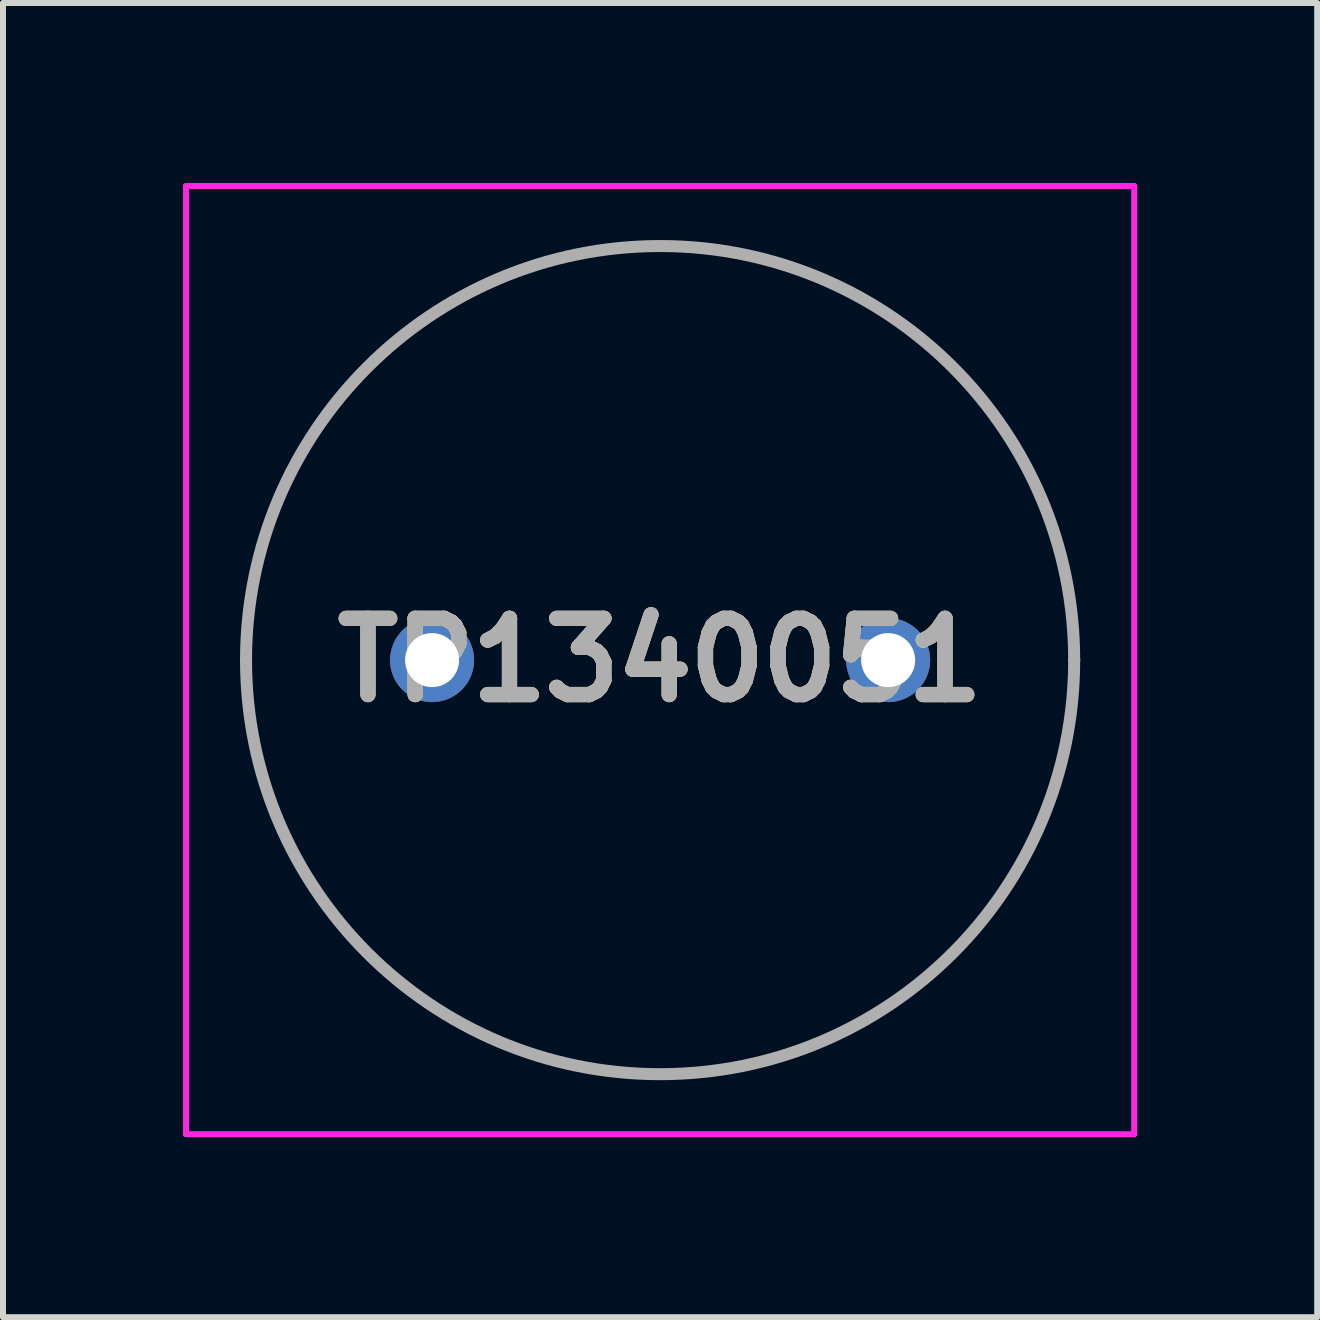
<source format=kicad_pcb>
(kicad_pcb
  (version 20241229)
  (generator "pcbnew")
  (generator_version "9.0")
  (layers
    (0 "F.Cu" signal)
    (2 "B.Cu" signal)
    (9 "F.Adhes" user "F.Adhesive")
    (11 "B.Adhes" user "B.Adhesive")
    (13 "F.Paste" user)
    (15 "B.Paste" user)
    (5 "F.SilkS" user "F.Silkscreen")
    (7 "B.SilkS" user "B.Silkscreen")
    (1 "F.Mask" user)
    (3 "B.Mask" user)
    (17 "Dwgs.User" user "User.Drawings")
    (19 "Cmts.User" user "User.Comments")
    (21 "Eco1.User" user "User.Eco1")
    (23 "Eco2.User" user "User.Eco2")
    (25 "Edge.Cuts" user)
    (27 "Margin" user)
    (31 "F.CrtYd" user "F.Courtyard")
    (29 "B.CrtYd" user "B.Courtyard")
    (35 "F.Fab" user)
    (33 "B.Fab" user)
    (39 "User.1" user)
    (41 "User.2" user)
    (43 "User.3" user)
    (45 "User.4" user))
  (footprint "TP1340051"
    (layer "F.Cu")
    (at 4.15 7.95)
    (property "Reference" "TP1340051" (at 3.8 0 0) (layer "F.SilkS") (effects (font (size 1.27 1.27) (thickness 0.254))))
    (attr through_hole)
    (fp_line (start -3.1 0) (end -3.1 0) (stroke (width 0.1) (type solid)) (layer "F.SilkS"))
    (fp_line (start 10.7 0) (end 10.7 0) (stroke (width 0.1) (type solid)) (layer "F.SilkS"))
    (fp_arc (start -3.1 0) (mid 3.8 -6.9) (end 10.7 0) (stroke (width 0.1) (type solid)) (layer "F.SilkS"))
    (fp_arc (start 10.7 0) (mid 3.8 6.9) (end -3.1 0) (stroke (width 0.1) (type solid)) (layer "F.SilkS"))
    (fp_line (start -4.1 -7.9) (end 11.7 -7.9) (stroke (width 0.1) (type solid)) (layer "F.CrtYd"))
    (fp_line (start -4.1 7.9) (end -4.1 -7.9) (stroke (width 0.1) (type solid)) (layer "F.CrtYd"))
    (fp_line (start 11.7 -7.9) (end 11.7 7.9) (stroke (width 0.1) (type solid)) (layer "F.CrtYd"))
    (fp_line (start 11.7 7.9) (end -4.1 7.9) (stroke (width 0.1) (type solid)) (layer "F.CrtYd"))
    (fp_line (start -3.1 0) (end -3.1 0) (stroke (width 0.2) (type solid)) (layer "F.Fab"))
    (fp_line (start 10.7 0) (end 10.7 0) (stroke (width 0.2) (type solid)) (layer "F.Fab"))
    (fp_arc (start -3.1 0) (mid 3.8 -6.9) (end 10.7 0) (stroke (width 0.2) (type solid)) (layer "F.Fab"))
    (fp_arc (start 10.7 0) (mid 3.8 6.9) (end -3.1 0) (stroke (width 0.2) (type solid)) (layer "F.Fab"))
    (fp_text user "${REFERENCE}" (at 3.8 0 0) (layer "F.Fab") (effects (font (size 1.27 1.27) (thickness 0.254))))
    (pad "1" thru_hole circle (at 0 0) (size 1.4 1.4) (drill 0.9) (layers "*.Cu" "*.Mask"))
    (pad "2" thru_hole circle (at 7.6 0) (size 1.4 1.4) (drill 0.9) (layers "*.Cu" "*.Mask")))
  (gr_rect
    (start -3 -3)
    (end 18.9 18.9)
    (stroke (width 0.1) (type default))
    (fill no)
    (layer "Edge.Cuts")))
</source>
